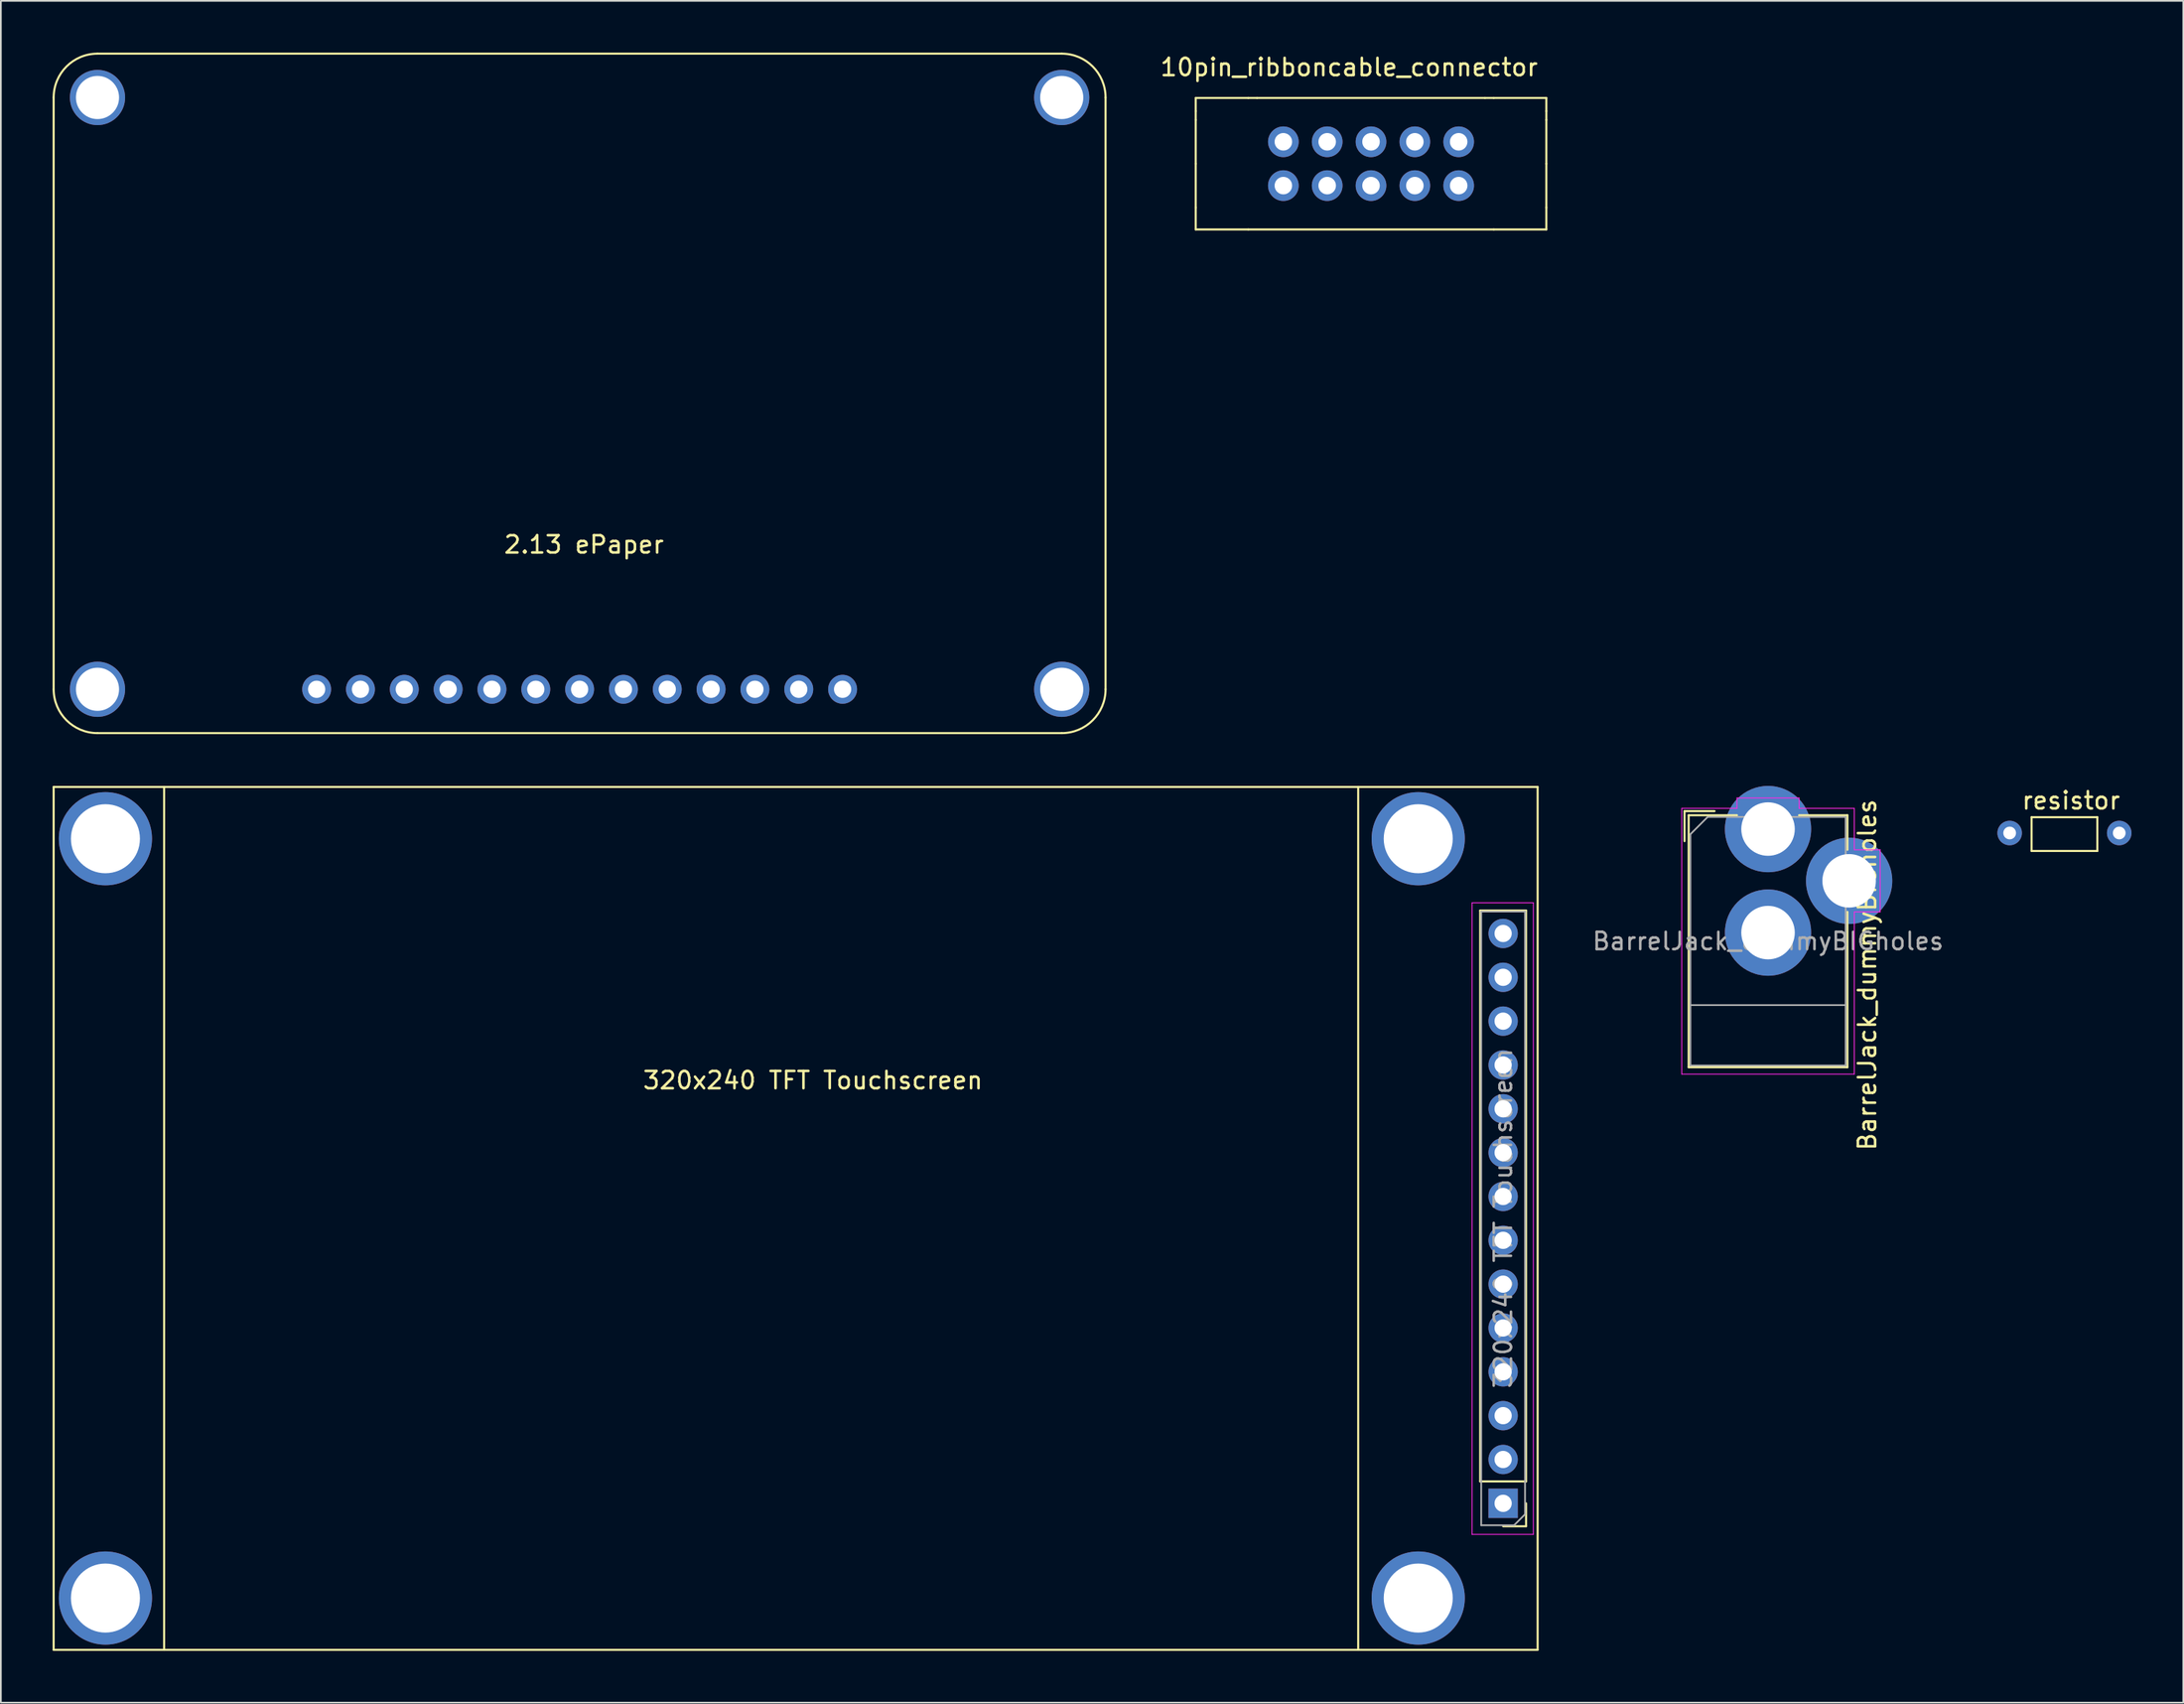
<source format=kicad_pcb>
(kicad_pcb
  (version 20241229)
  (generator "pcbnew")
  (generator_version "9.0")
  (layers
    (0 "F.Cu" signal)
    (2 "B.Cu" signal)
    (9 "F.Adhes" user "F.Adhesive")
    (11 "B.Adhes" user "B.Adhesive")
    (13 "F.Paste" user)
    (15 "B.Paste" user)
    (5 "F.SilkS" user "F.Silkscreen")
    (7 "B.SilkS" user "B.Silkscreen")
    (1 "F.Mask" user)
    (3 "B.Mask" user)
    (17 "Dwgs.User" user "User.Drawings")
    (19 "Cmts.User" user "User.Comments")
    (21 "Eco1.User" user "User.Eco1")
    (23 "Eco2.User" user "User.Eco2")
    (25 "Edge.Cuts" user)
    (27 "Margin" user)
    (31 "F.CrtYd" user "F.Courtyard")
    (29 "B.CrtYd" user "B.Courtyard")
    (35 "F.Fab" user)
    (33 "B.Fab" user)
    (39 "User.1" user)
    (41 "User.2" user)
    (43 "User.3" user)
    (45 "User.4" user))
  (footprint "10pin_ribboncable_connector"
    (layer "F.Cu")
    (at 75.134 3.896)
    (property "Reference" "10pin_ribboncable_connector" (at 0 -3.048 0) (layer "F.SilkS") (effects (font (size 1 1) (thickness 0.15))))
    (attr through_hole)
    (fp_line (start -8.89 -1.27) (end -5.842 -1.27) (stroke (width 0.12) (type solid)) (layer "F.SilkS"))
    (fp_line (start -8.89 -0.508) (end -8.89 -1.27) (stroke (width 0.12) (type solid)) (layer "F.SilkS"))
    (fp_line (start -8.89 0) (end -8.89 -0.508) (stroke (width 0.12) (type solid)) (layer "F.SilkS"))
    (fp_line (start -8.89 0) (end -8.89 2.54) (stroke (width 0.12) (type solid)) (layer "F.SilkS"))
    (fp_line (start -8.89 2.54) (end -8.89 5.08) (stroke (width 0.12) (type solid)) (layer "F.SilkS"))
    (fp_line (start -8.89 5.08) (end -8.89 6.35) (stroke (width 0.12) (type solid)) (layer "F.SilkS"))
    (fp_line (start -8.89 6.35) (end -5.842 6.35) (stroke (width 0.12) (type solid)) (layer "F.SilkS"))
    (fp_line (start -5.842 -1.27) (end -5.334 -1.27) (stroke (width 0.12) (type solid)) (layer "F.SilkS"))
    (fp_line (start -5.842 6.35) (end 8.382 6.35) (stroke (width 0.12) (type solid)) (layer "F.SilkS"))
    (fp_line (start -5.334 -1.27) (end 7.874 -1.27) (stroke (width 0.12) (type solid)) (layer "F.SilkS"))
    (fp_line (start 7.874 -1.27) (end 8.382 -1.27) (stroke (width 0.12) (type solid)) (layer "F.SilkS"))
    (fp_line (start 8.382 6.35) (end 11.43 6.35) (stroke (width 0.12) (type solid)) (layer "F.SilkS"))
    (fp_line (start 11.43 -1.27) (end 8.382 -1.27) (stroke (width 0.12) (type solid)) (layer "F.SilkS"))
    (fp_line (start 11.43 -0.508) (end 11.43 -1.27) (stroke (width 0.12) (type solid)) (layer "F.SilkS"))
    (fp_line (start 11.43 -0.508) (end 11.43 0) (stroke (width 0.12) (type solid)) (layer "F.SilkS"))
    (fp_line (start 11.43 2.54) (end 11.43 0) (stroke (width 0.12) (type solid)) (layer "F.SilkS"))
    (fp_line (start 11.43 2.54) (end 11.43 5.08) (stroke (width 0.12) (type solid)) (layer "F.SilkS"))
    (fp_line (start 11.43 6.35) (end 11.43 5.08) (stroke (width 0.12) (type solid)) (layer "F.SilkS"))
    (pad "1" thru_hole circle (at -3.81 1.27) (size 1.778 1.778) (drill 1.016) (layers "*.Cu" "*.Mask"))
    (pad "2" thru_hole circle (at -3.81 3.81) (size 1.778 1.778) (drill 1.016) (layers "*.Cu" "*.Mask"))
    (pad "3" thru_hole circle (at -1.27 1.27) (size 1.778 1.778) (drill 1.016) (layers "*.Cu" "*.Mask"))
    (pad "4" thru_hole circle (at -1.27 3.81) (size 1.778 1.778) (drill 1.016) (layers "*.Cu" "*.Mask"))
    (pad "5" thru_hole circle (at 1.27 1.27) (size 1.778 1.778) (drill 1.016) (layers "*.Cu" "*.Mask"))
    (pad "6" thru_hole circle (at 1.27 3.81) (size 1.778 1.778) (drill 1.016) (layers "*.Cu" "*.Mask"))
    (pad "7" thru_hole circle (at 3.81 1.27) (size 1.778 1.778) (drill 1.016) (layers "*.Cu" "*.Mask"))
    (pad "8" thru_hole circle (at 3.81 3.81) (size 1.778 1.778) (drill 1.016) (layers "*.Cu" "*.Mask"))
    (pad "9" thru_hole circle (at 6.35 1.27) (size 1.778 1.778) (drill 1.016) (layers "*.Cu" "*.Mask"))
    (pad "10" thru_hole circle (at 6.35 3.81) (size 1.778 1.778) (drill 1.016) (layers "*.Cu" "*.Mask")))
  (footprint "BarrelJack_dummyBIGholes"
    (layer "F.Cu")
    (at 99.412 44.99)
    (property "Reference" "BarrelJack_dummyBIGholes" (at 5.75 8.45 90) (layer "F.SilkS") (effects (font (size 1 1) (thickness 0.15))))
    (attr through_hole)
    (fp_line (start -4.84 -1.04) (end -3.1 -1.04) (stroke (width 0.12) (type solid)) (layer "F.SilkS"))
    (fp_line (start -4.84 0.7) (end -4.84 -1.04) (stroke (width 0.12) (type solid)) (layer "F.SilkS"))
    (fp_line (start -4.6 -0.8) (end -1.8 -0.8) (stroke (width 0.12) (type solid)) (layer "F.SilkS"))
    (fp_line (start -4.6 13.8) (end -4.6 -0.8) (stroke (width 0.12) (type solid)) (layer "F.SilkS"))
    (fp_line (start 1.8 -0.8) (end 4.6 -0.8) (stroke (width 0.12) (type solid)) (layer "F.SilkS"))
    (fp_line (start 4.6 -0.8) (end 4.6 1.2) (stroke (width 0.12) (type solid)) (layer "F.SilkS"))
    (fp_line (start 4.6 4.8) (end 4.6 13.8) (stroke (width 0.12) (type solid)) (layer "F.SilkS"))
    (fp_line (start 4.6 13.8) (end -4.6 13.8) (stroke (width 0.12) (type solid)) (layer "F.SilkS"))
    (fp_line (start -5 -1.2) (end -1.8 -1.2) (stroke (width 0.05) (type solid)) (layer "F.CrtYd"))
    (fp_line (start -5 14.2) (end -5 -1.2) (stroke (width 0.05) (type solid)) (layer "F.CrtYd"))
    (fp_line (start -1.8 -1.8) (end 1.8 -1.8) (stroke (width 0.05) (type solid)) (layer "F.CrtYd"))
    (fp_line (start -1.8 -1.2) (end -1.8 -1.8) (stroke (width 0.05) (type solid)) (layer "F.CrtYd"))
    (fp_line (start 1.8 -1.8) (end 1.8 -1.2) (stroke (width 0.05) (type solid)) (layer "F.CrtYd"))
    (fp_line (start 1.8 -1.2) (end 5 -1.2) (stroke (width 0.05) (type solid)) (layer "F.CrtYd"))
    (fp_line (start 5 -1.2) (end 5 1.2) (stroke (width 0.05) (type solid)) (layer "F.CrtYd"))
    (fp_line (start 5 1.2) (end 6.5 1.2) (stroke (width 0.05) (type solid)) (layer "F.CrtYd"))
    (fp_line (start 5 4.8) (end 5 14.2) (stroke (width 0.05) (type solid)) (layer "F.CrtYd"))
    (fp_line (start 5 14.2) (end -5 14.2) (stroke (width 0.05) (type solid)) (layer "F.CrtYd"))
    (fp_line (start 6.5 1.2) (end 6.5 4.8) (stroke (width 0.05) (type solid)) (layer "F.CrtYd"))
    (fp_line (start 6.5 4.8) (end 5 4.8) (stroke (width 0.05) (type solid)) (layer "F.CrtYd"))
    (fp_line (start -4.5 0.3) (end -3.5 -0.7) (stroke (width 0.1) (type solid)) (layer "F.Fab"))
    (fp_line (start -4.5 10.2) (end 4.5 10.2) (stroke (width 0.1) (type solid)) (layer "F.Fab"))
    (fp_line (start -4.5 13.7) (end -4.5 0.3) (stroke (width 0.1) (type solid)) (layer "F.Fab"))
    (fp_line (start -3.5 -0.7) (end 4.5 -0.7) (stroke (width 0.1) (type solid)) (layer "F.Fab"))
    (fp_line (start 4.5 -0.7) (end 4.5 13.7) (stroke (width 0.1) (type solid)) (layer "F.Fab"))
    (fp_line (start 4.5 13.7) (end -4.5 13.7) (stroke (width 0.1) (type solid)) (layer "F.Fab"))
    (fp_text user "${REFERENCE}" (at 0 6.5 0) (layer "F.Fab") (effects (font (size 1 1) (thickness 0.15))))
    (pad "1" thru_hole circle (at 0 0) (size 5 5) (drill 3.1) (layers "*.Cu" "*.Mask"))
    (pad "2" thru_hole circle (at 0 6) (size 5 5) (drill 3.1) (layers "*.Cu" "*.Mask"))
    (pad "3" thru_hole circle (at 4.7 3) (size 5 5) (drill 3.1) (layers "*.Cu" "*.Mask")))
  (footprint "2.13 ePaper"
    (layer "F.Cu")
    (at 30.54 30.54)
    (property "Reference" "2.13 ePaper" (at 0.254 -2.032 0) (layer "F.SilkS") (effects (font (size 1 1) (thickness 0.15))))
    (attr through_hole)
    (fp_line (start -30.48 -27.94) (end -30.48 6.35) (stroke (width 0.12) (type solid)) (layer "F.SilkS"))
    (fp_line (start -27.94 -30.48) (end 27.94 -30.48) (stroke (width 0.12) (type solid)) (layer "F.SilkS"))
    (fp_line (start -27.94 8.89) (end 27.94 8.89) (stroke (width 0.12) (type solid)) (layer "F.SilkS"))
    (fp_line (start 30.48 6.35) (end 30.48 -27.94) (stroke (width 0.12) (type solid)) (layer "F.SilkS"))
    (fp_arc (start -30.48 -27.94) (mid -29.736051 -29.736051) (end -27.94 -30.48) (stroke (width 0.12) (type solid)) (layer "F.SilkS"))
    (fp_arc (start -27.94 8.89) (mid -29.736051 8.146051) (end -30.48 6.35) (stroke (width 0.12) (type solid)) (layer "F.SilkS"))
    (fp_arc (start 27.94 -30.48) (mid 29.736051 -29.736051) (end 30.48 -27.94) (stroke (width 0.12) (type solid)) (layer "F.SilkS"))
    (fp_arc (start 30.48 6.35) (mid 29.736051 8.146051) (end 27.94 8.89) (stroke (width 0.12) (type solid)) (layer "F.SilkS"))
    (pad "1" thru_hole circle (at -15.24 6.35) (size 1.676 1.676) (drill 1) (layers "*.Cu" "*.Mask"))
    (pad "2" thru_hole circle (at -12.7 6.35) (size 1.676 1.676) (drill 1) (layers "*.Cu" "*.Mask"))
    (pad "3" thru_hole circle (at -10.16 6.35) (size 1.676 1.676) (drill 1) (layers "*.Cu" "*.Mask"))
    (pad "4" thru_hole circle (at -7.62 6.35) (size 1.676 1.676) (drill 1) (layers "*.Cu" "*.Mask"))
    (pad "5" thru_hole circle (at -5.08 6.35) (size 1.676 1.676) (drill 1) (layers "*.Cu" "*.Mask"))
    (pad "6" thru_hole circle (at -2.54 6.35) (size 1.676 1.676) (drill 1) (layers "*.Cu" "*.Mask"))
    (pad "7" thru_hole circle (at 0 6.35) (size 1.676 1.676) (drill 1) (layers "*.Cu" "*.Mask"))
    (pad "8" thru_hole circle (at 2.54 6.35) (size 1.676 1.676) (drill 1) (layers "*.Cu" "*.Mask"))
    (pad "9" thru_hole circle (at 5.08 6.35) (size 1.676 1.676) (drill 1) (layers "*.Cu" "*.Mask"))
    (pad "10" thru_hole circle (at 7.62 6.35) (size 1.676 1.676) (drill 1) (layers "*.Cu" "*.Mask"))
    (pad "11" thru_hole circle (at 10.16 6.35) (size 1.676 1.676) (drill 1) (layers "*.Cu" "*.Mask"))
    (pad "12" thru_hole circle (at 12.7 6.35) (size 1.676 1.676) (drill 1) (layers "*.Cu" "*.Mask"))
    (pad "13" thru_hole circle (at 15.24 6.35) (size 1.676 1.676) (drill 1) (layers "*.Cu" "*.Mask"))
    (pad "14" thru_hole circle (at -27.94 6.35) (size 3.2 3.2) (drill 2.5) (layers "*.Cu" "*.Mask"))
    (pad "15" thru_hole circle (at -27.94 -27.94) (size 3.2 3.2) (drill 2.5) (layers "*.Cu" "*.Mask"))
    (pad "16" thru_hole circle (at 27.94 -27.94) (size 3.2 3.2) (drill 2.5) (layers "*.Cu" "*.Mask"))
    (pad "17" thru_hole circle (at 27.94 6.35) (size 3.2 3.2) (drill 2.5) (layers "*.Cu" "*.Mask")))
  (footprint "320x240 TFT Touchscreen"
    (layer "F.Cu")
    (at 44.06 68.55)
    (property "Reference" "320x240 TFT Touchscreen" (at 0 -9 0) (layer "F.SilkS") (effects (font (size 1 1) (thickness 0.15))))
    (attr through_hole)
    (fp_line (start -44 -26) (end 42 -26) (stroke (width 0.12) (type solid)) (layer "F.SilkS"))
    (fp_line (start -44 24) (end -44 -26) (stroke (width 0.12) (type solid)) (layer "F.SilkS"))
    (fp_line (start -37.6 -26) (end -37.6 24) (stroke (width 0.12) (type solid)) (layer "F.SilkS"))
    (fp_line (start 31.6 -26) (end 31.6 24) (stroke (width 0.12) (type solid)) (layer "F.SilkS"))
    (fp_line (start 38.67 -18.84) (end 41.33 -18.84) (stroke (width 0.12) (type solid)) (layer "F.SilkS"))
    (fp_line (start 38.67 14.24) (end 38.67 -18.84) (stroke (width 0.12) (type solid)) (layer "F.SilkS"))
    (fp_line (start 38.67 14.24) (end 41.33 14.24) (stroke (width 0.12) (type solid)) (layer "F.SilkS"))
    (fp_line (start 40 16.84) (end 41.33 16.84) (stroke (width 0.12) (type solid)) (layer "F.SilkS"))
    (fp_line (start 41.33 14.24) (end 41.33 -18.84) (stroke (width 0.12) (type solid)) (layer "F.SilkS"))
    (fp_line (start 41.33 16.84) (end 41.33 15.51) (stroke (width 0.12) (type solid)) (layer "F.SilkS"))
    (fp_line (start 42 -26) (end 42 24) (stroke (width 0.12) (type solid)) (layer "F.SilkS"))
    (fp_line (start 42 24) (end -44 24) (stroke (width 0.12) (type solid)) (layer "F.SilkS"))
    (fp_line (start 38.2 -19.29) (end 38.2 17.31) (stroke (width 0.05) (type solid)) (layer "F.CrtYd"))
    (fp_line (start 38.2 17.31) (end 41.75 17.31) (stroke (width 0.05) (type solid)) (layer "F.CrtYd"))
    (fp_line (start 41.75 -19.29) (end 38.2 -19.29) (stroke (width 0.05) (type solid)) (layer "F.CrtYd"))
    (fp_line (start 41.75 17.31) (end 41.75 -19.29) (stroke (width 0.05) (type solid)) (layer "F.CrtYd"))
    (fp_line (start 38.73 -18.78) (end 38.73 16.78) (stroke (width 0.1) (type solid)) (layer "F.Fab"))
    (fp_line (start 38.73 16.78) (end 40.635 16.78) (stroke (width 0.1) (type solid)) (layer "F.Fab"))
    (fp_line (start 40.635 16.78) (end 41.27 16.145) (stroke (width 0.1) (type solid)) (layer "F.Fab"))
    (fp_line (start 41.27 -18.78) (end 38.73 -18.78) (stroke (width 0.1) (type solid)) (layer "F.Fab"))
    (fp_line (start 41.27 16.145) (end 41.27 -18.78) (stroke (width 0.1) (type solid)) (layer "F.Fab"))
    (fp_text user "${REFERENCE}" (at 40 -1 270) (layer "F.Fab") (effects (font (size 1 1) (thickness 0.15))))
    (pad "1" thru_hole rect (at 40 15.51 180) (size 1.7 1.7) (drill 1) (layers "*.Cu" "*.Mask"))
    (pad "2" thru_hole oval (at 40 12.97 180) (size 1.7 1.7) (drill 1) (layers "*.Cu" "*.Mask"))
    (pad "3" thru_hole oval (at 40 10.43 180) (size 1.7 1.7) (drill 1) (layers "*.Cu" "*.Mask"))
    (pad "4" thru_hole oval (at 40 7.89 180) (size 1.7 1.7) (drill 1) (layers "*.Cu" "*.Mask"))
    (pad "5" thru_hole oval (at 40 5.35 180) (size 1.7 1.7) (drill 1) (layers "*.Cu" "*.Mask"))
    (pad "6" thru_hole oval (at 40 2.81 180) (size 1.7 1.7) (drill 1) (layers "*.Cu" "*.Mask"))
    (pad "7" thru_hole oval (at 40 0.27 180) (size 1.7 1.7) (drill 1) (layers "*.Cu" "*.Mask"))
    (pad "8" thru_hole oval (at 40 -2.27 180) (size 1.7 1.7) (drill 1) (layers "*.Cu" "*.Mask"))
    (pad "9" thru_hole oval (at 40 -4.81 180) (size 1.7 1.7) (drill 1) (layers "*.Cu" "*.Mask"))
    (pad "10" thru_hole oval (at 40 -7.35 180) (size 1.7 1.7) (drill 1) (layers "*.Cu" "*.Mask"))
    (pad "11" thru_hole oval (at 40 -9.89 180) (size 1.7 1.7) (drill 1) (layers "*.Cu" "*.Mask"))
    (pad "12" thru_hole oval (at 40 -12.43 180) (size 1.7 1.7) (drill 1) (layers "*.Cu" "*.Mask"))
    (pad "13" thru_hole oval (at 40 -14.97 180) (size 1.7 1.7) (drill 1) (layers "*.Cu" "*.Mask"))
    (pad "14" thru_hole oval (at 40 -17.51 180) (size 1.7 1.7) (drill 1) (layers "*.Cu" "*.Mask"))
    (pad "15" thru_hole circle (at 35.08 21) (size 5.4 5.4) (drill 4) (layers "*.Cu" "*.Mask"))
    (pad "16" thru_hole circle (at 35.08 -23) (size 5.4 5.4) (drill 4) (layers "*.Cu" "*.Mask"))
    (pad "17" thru_hole circle (at -41 -23) (size 5.4 5.4) (drill 4) (layers "*.Cu" "*.Mask"))
    (pad "18" thru_hole circle (at -41 21) (size 5.4 5.4) (drill 4) (layers "*.Cu" "*.Mask")))
  (footprint "resistor"
    (layer "F.Cu")
    (at 117.225 45.218)
    (property "Reference" "resistor" (at -0.254 -1.88 0) (layer "F.SilkS") (effects (font (size 1 1) (thickness 0.15))))
    (attr through_hole)
    (fp_line (start -2.54 1.041) (end -2.54 -0.914) (stroke (width 0.12) (type solid)) (layer "F.SilkS"))
    (fp_line (start 1.27 -0.914) (end -2.54 -0.914) (stroke (width 0.12) (type solid)) (layer "F.SilkS"))
    (fp_line (start 1.27 1.041) (end -2.54 1.041) (stroke (width 0.12) (type solid)) (layer "F.SilkS"))
    (fp_line (start 1.27 1.041) (end 1.27 -0.914) (stroke (width 0.12) (type solid)) (layer "F.SilkS"))
    (pad "1" thru_hole circle (at -3.81 0) (size 1.422 1.422) (drill 0.737) (layers "*.Cu" "*.Mask" "F.Paste"))
    (pad "2" thru_hole circle (at 2.54 0) (size 1.422 1.422) (drill 0.737) (layers "*.Cu" "*.Mask" "F.Paste")))
  (gr_rect
    (start -3 -3)
    (end 123.476 95.61)
    (stroke (width 0.1) (type default))
    (fill no)
    (layer "Edge.Cuts")))
</source>
